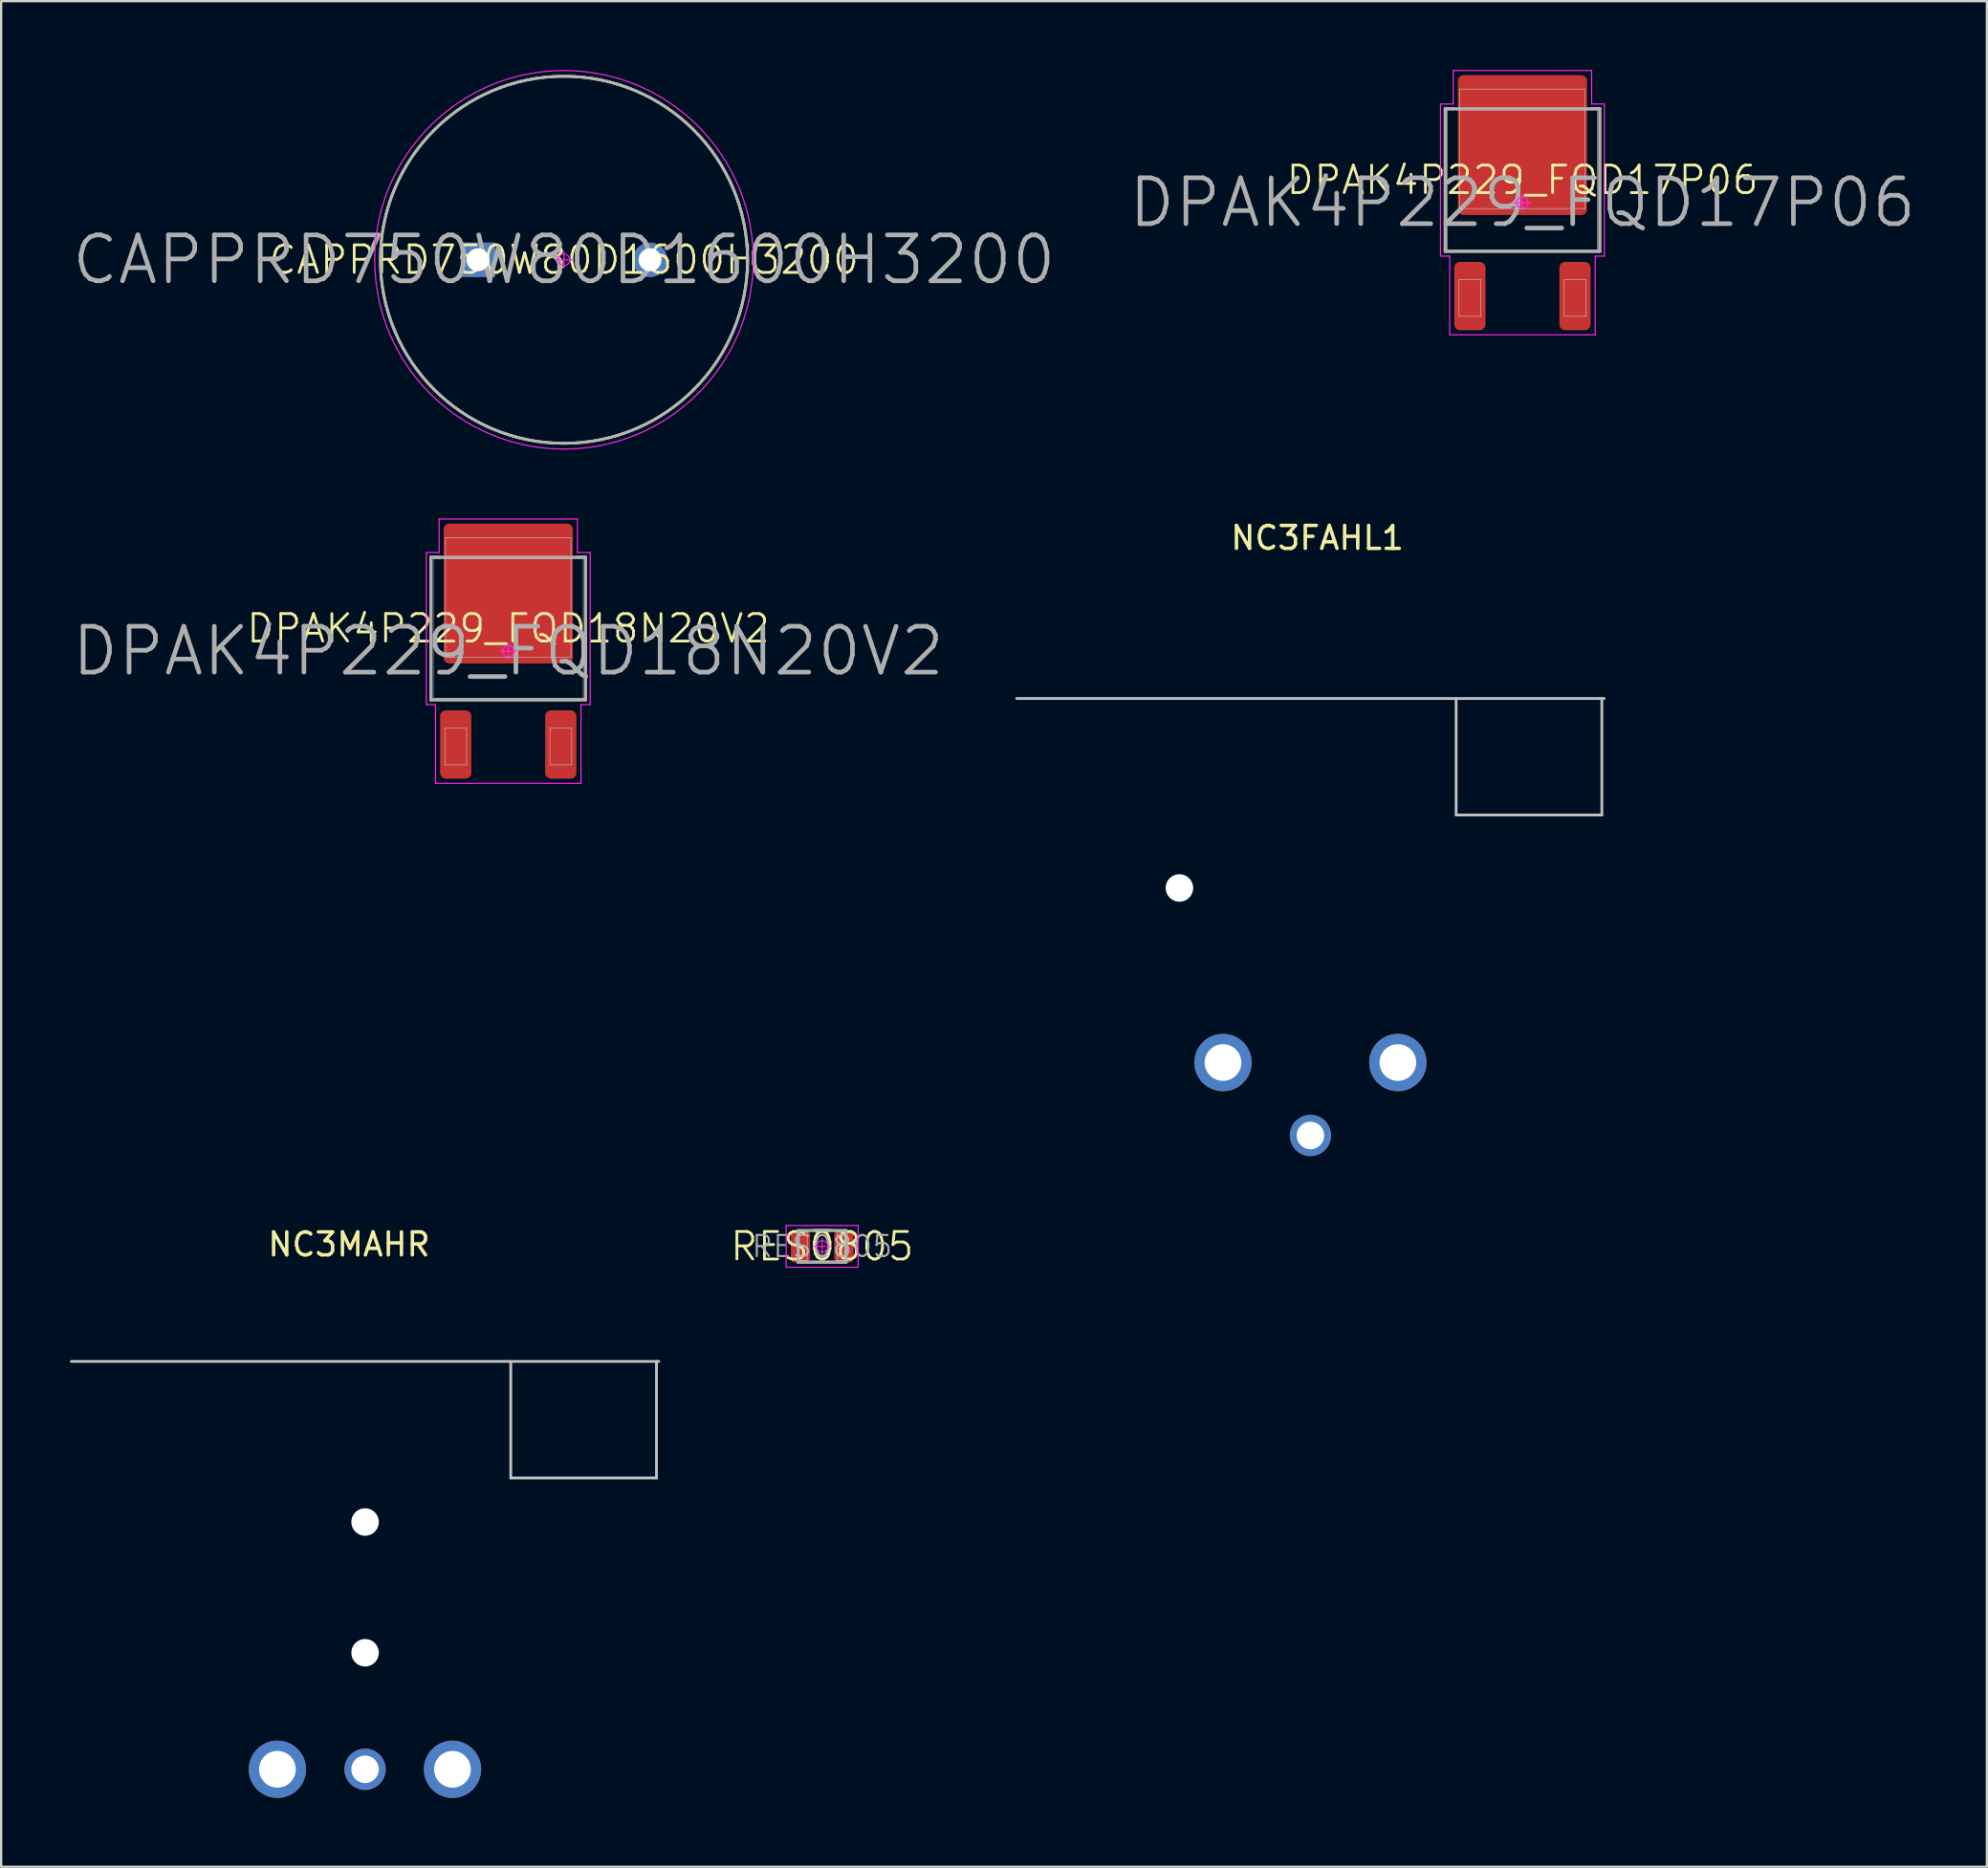
<source format=kicad_pcb>
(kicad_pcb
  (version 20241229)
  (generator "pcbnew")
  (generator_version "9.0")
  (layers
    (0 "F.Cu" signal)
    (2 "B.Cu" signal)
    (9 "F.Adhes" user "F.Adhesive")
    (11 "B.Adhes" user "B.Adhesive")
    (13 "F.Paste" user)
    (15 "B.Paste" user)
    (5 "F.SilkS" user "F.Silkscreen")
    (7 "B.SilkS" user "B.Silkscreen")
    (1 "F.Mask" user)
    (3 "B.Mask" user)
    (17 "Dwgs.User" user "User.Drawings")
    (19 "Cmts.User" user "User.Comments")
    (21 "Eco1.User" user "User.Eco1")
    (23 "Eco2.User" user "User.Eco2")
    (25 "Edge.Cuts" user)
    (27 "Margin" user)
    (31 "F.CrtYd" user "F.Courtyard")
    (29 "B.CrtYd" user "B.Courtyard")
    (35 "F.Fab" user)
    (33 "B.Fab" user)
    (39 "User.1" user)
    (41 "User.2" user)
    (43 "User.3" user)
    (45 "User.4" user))
  (footprint "CAPPRD750W80D1600H3200"
    (layer "F.Cu")
    (at 21.529 8.275)
    (property "Reference" "CAPPRD750W80D1600H3200" (at 0 0 0) (layer "F.SilkS") (effects (font (size 1.2 1.2) (thickness 0.12))))
    (attr through_hole)
    (fp_circle (center 0 0) (end 0 8) (stroke (width 0.12) (type solid)) (fill no) (layer "F.SilkS"))
    (fp_circle (center -3.75 0) (end -3.75 0.4) (stroke (width 0.025) (type solid)) (fill no) (layer "Dwgs.User"))
    (fp_circle (center 0 0) (end 0 8) (stroke (width 0.025) (type solid)) (fill no) (layer "Dwgs.User"))
    (fp_circle (center 3.75 0) (end 3.75 0.4) (stroke (width 0.025) (type solid)) (fill no) (layer "Dwgs.User"))
    (fp_line (start 0 -0.35) (end 0 0.35) (stroke (width 0.05) (type solid)) (layer "F.CrtYd"))
    (fp_line (start 0.35 0) (end -0.35 0) (stroke (width 0.05) (type solid)) (layer "F.CrtYd"))
    (fp_circle (center 0 0) (end 0 0.25) (stroke (width 0.05) (type solid)) (fill no) (layer "F.CrtYd"))
    (fp_circle (center 0 0) (end 0 8.25) (stroke (width 0.05) (type solid)) (fill no) (layer "F.CrtYd"))
    (fp_circle (center 0 0) (end 0 8) (stroke (width 0.12) (type solid)) (fill no) (layer "F.Fab"))
    (fp_text user "${REFERENCE}" (at 0 0 0) (layer "F.Fab") (effects (font (size 2 2) (thickness 0.2))))
    (pad "1" thru_hole rect (at -3.75 0) (size 1.5 1.5) (drill 1) (layers "*.Cu" "*.Mask"))
    (pad "2" thru_hole circle (at 3.75 0) (size 1.5 1.5) (drill 1) (layers "*.Cu" "*.Mask")))
  (footprint "NC3MAHR"
    (layer "F.Cu")
    (at 12.86 56.297)
    (property "Reference" "NC3MAHR" (at -0.7 -5.1 0) (layer "F.SilkS") (effects (font (size 1 1) (thickness 0.15))))
    (attr through_hole)
    (fp_line (start -12.8 0) (end 12.8 0) (stroke (width 0.12) (type solid)) (layer "Dwgs.User"))
    (fp_line (start 6.35 0) (end 6.35 5.08) (stroke (width 0.12) (type solid)) (layer "Dwgs.User"))
    (fp_line (start 6.35 5.08) (end 12.7 5.08) (stroke (width 0.12) (type solid)) (layer "Dwgs.User"))
    (fp_line (start 12.7 5.08) (end 12.7 0) (stroke (width 0.12) (type solid)) (layer "Dwgs.User"))
    (pad "" np_thru_hole circle (at 0 7) (size 1.2 1.2) (drill 1.2) (layers "*.Cu" "*.Mask"))
    (pad "" np_thru_hole circle (at 0 12.7) (size 1.2 1.2) (drill 1.2) (layers "*.Cu" "*.Mask"))
    (pad "1" thru_hole circle (at -3.82 17.78) (size 2.5 2.5) (drill 1.6) (layers "*.Cu" "*.Mask"))
    (pad "2" thru_hole circle (at 0 17.78) (size 1.8 1.8) (drill 1.2) (layers "*.Cu" "*.Mask"))
    (pad "3" thru_hole circle (at 3.81 17.78) (size 2.5 2.5) (drill 1.6) (layers "*.Cu" "*.Mask")))
  (footprint "DPAK4P229_FQD18N20V2"
    (layer "F.Cu")
    (at 19.1 25.335)
    (property "Reference" "DPAK4P229_FQD18N20V2" (at 0 -0.988 0) (layer "F.SilkS") (effects (font (size 1.2 1.2) (thickness 0.12))))
    (attr smd)
    (fp_line (start -3.37 -4.098) (end -2.995 -4.098) (stroke (width 0.12) (type solid)) (layer "F.SilkS"))
    (fp_line (start -3.37 2.123) (end -3.37 -4.098) (stroke (width 0.12) (type solid)) (layer "F.SilkS"))
    (fp_line (start 2.995 -4.098) (end 3.37 -4.098) (stroke (width 0.12) (type solid)) (layer "F.SilkS"))
    (fp_line (start 3.37 -4.098) (end 3.37 2.123) (stroke (width 0.12) (type solid)) (layer "F.SilkS"))
    (fp_line (start 3.37 2.123) (end -3.37 2.123) (stroke (width 0.12) (type solid)) (layer "F.SilkS"))
    (fp_line (start -3.27 -4.035) (end 3.27 -4.035) (stroke (width 0.025) (type solid)) (layer "Dwgs.User"))
    (fp_line (start -3.27 2.06) (end -3.27 -4.035) (stroke (width 0.025) (type solid)) (layer "Dwgs.User"))
    (fp_line (start -2.765 3.362) (end -1.815 3.362) (stroke (width 0.025) (type solid)) (layer "Dwgs.User"))
    (fp_line (start -2.765 4.952) (end -2.765 3.362) (stroke (width 0.025) (type solid)) (layer "Dwgs.User"))
    (fp_line (start -2.73 -4.952) (end 2.73 -4.952) (stroke (width 0.025) (type solid)) (layer "Dwgs.User"))
    (fp_line (start -2.73 0.258) (end -2.73 -4.952) (stroke (width 0.025) (type solid)) (layer "Dwgs.User"))
    (fp_line (start -1.815 3.362) (end -1.815 4.952) (stroke (width 0.025) (type solid)) (layer "Dwgs.User"))
    (fp_line (start -1.815 4.952) (end -2.765 4.952) (stroke (width 0.025) (type solid)) (layer "Dwgs.User"))
    (fp_line (start 1.815 3.362) (end 2.765 3.362) (stroke (width 0.025) (type solid)) (layer "Dwgs.User"))
    (fp_line (start 1.815 4.952) (end 1.815 3.362) (stroke (width 0.025) (type solid)) (layer "Dwgs.User"))
    (fp_line (start 2.73 -4.952) (end 2.73 0.258) (stroke (width 0.025) (type solid)) (layer "Dwgs.User"))
    (fp_line (start 2.73 0.258) (end -2.73 0.258) (stroke (width 0.025) (type solid)) (layer "Dwgs.User"))
    (fp_line (start 2.765 3.362) (end 2.765 4.952) (stroke (width 0.025) (type solid)) (layer "Dwgs.User"))
    (fp_line (start 2.765 4.952) (end 1.815 4.952) (stroke (width 0.025) (type solid)) (layer "Dwgs.User"))
    (fp_line (start 3.27 -4.035) (end 3.27 2.06) (stroke (width 0.025) (type solid)) (layer "Dwgs.User"))
    (fp_line (start 3.27 2.06) (end -3.27 2.06) (stroke (width 0.025) (type solid)) (layer "Dwgs.User"))
    (fp_line (start -3.57 -4.3) (end -3.57 2.33) (stroke (width 0.05) (type solid)) (layer "F.CrtYd"))
    (fp_line (start -3.57 2.33) (end -3.17 2.33) (stroke (width 0.05) (type solid)) (layer "F.CrtYd"))
    (fp_line (start -3.17 2.33) (end -3.17 5.76) (stroke (width 0.05) (type solid)) (layer "F.CrtYd"))
    (fp_line (start -3.17 5.76) (end 3.17 5.76) (stroke (width 0.05) (type solid)) (layer "F.CrtYd"))
    (fp_line (start -3.015 -5.76) (end -3.015 -4.3) (stroke (width 0.05) (type solid)) (layer "F.CrtYd"))
    (fp_line (start -3.015 -4.3) (end -3.57 -4.3) (stroke (width 0.05) (type solid)) (layer "F.CrtYd"))
    (fp_line (start -0.35 0) (end 0.35 0) (stroke (width 0.05) (type solid)) (layer "F.CrtYd"))
    (fp_line (start 0 -0.35) (end 0 0.35) (stroke (width 0.05) (type solid)) (layer "F.CrtYd"))
    (fp_line (start 3.015 -5.76) (end -3.015 -5.76) (stroke (width 0.05) (type solid)) (layer "F.CrtYd"))
    (fp_line (start 3.015 -4.3) (end 3.015 -5.76) (stroke (width 0.05) (type solid)) (layer "F.CrtYd"))
    (fp_line (start 3.17 2.33) (end 3.57 2.33) (stroke (width 0.05) (type solid)) (layer "F.CrtYd"))
    (fp_line (start 3.17 5.76) (end 3.17 2.33) (stroke (width 0.05) (type solid)) (layer "F.CrtYd"))
    (fp_line (start 3.57 -4.3) (end 3.015 -4.3) (stroke (width 0.05) (type solid)) (layer "F.CrtYd"))
    (fp_line (start 3.57 2.33) (end 3.57 -4.3) (stroke (width 0.05) (type solid)) (layer "F.CrtYd"))
    (fp_circle (center 0 0) (end 0 0.25) (stroke (width 0.05) (type solid)) (fill no) (layer "F.CrtYd"))
    (fp_line (start -3.37 -4.098) (end 3.37 -4.098) (stroke (width 0.12) (type solid)) (layer "F.Fab"))
    (fp_line (start -3.37 2.123) (end -3.37 -4.098) (stroke (width 0.12) (type solid)) (layer "F.Fab"))
    (fp_line (start 3.37 -4.098) (end 3.37 2.123) (stroke (width 0.12) (type solid)) (layer "F.Fab"))
    (fp_line (start 3.37 2.123) (end -3.37 2.123) (stroke (width 0.12) (type solid)) (layer "F.Fab"))
    (fp_text user "${REFERENCE}" (at 0 0 0) (layer "F.Fab") (effects (font (size 2 2) (thickness 0.2))))
    (pad "" smd rect (at -1.405 -4.55 90) (size 1.44 1.92) (layers "F.Paste"))
    (pad "" smd rect (at -1.405 -2.51 90) (size 1.44 1.92) (layers "F.Paste"))
    (pad "" smd rect (at -1.405 -0.47 90) (size 1.44 1.92) (layers "F.Paste"))
    (pad "" smd rect (at 1.405 -4.55 90) (size 1.44 1.92) (layers "F.Paste"))
    (pad "" smd rect (at 1.405 -2.51 90) (size 1.44 1.92) (layers "F.Paste"))
    (pad "" smd rect (at 1.405 -0.47 90) (size 1.44 1.92) (layers "F.Paste"))
    (pad "1" smd roundrect (at -2.29 4.07 90) (size 2.98 1.36) (layers "F.Cu" "F.Mask" "F.Paste") (roundrect_rratio 0.184))
    (pad "2" smd roundrect (at 2.29 4.07 90) (size 2.98 1.36) (layers "F.Cu" "F.Mask" "F.Paste") (roundrect_rratio 0.184))
    (pad "3" smd roundrect (at 0 -2.51 90) (size 6.1 5.63) (layers "F.Cu" "F.Mask") (roundrect_rratio 0.044)))
  (footprint "RES0805"
    (layer "F.Cu")
    (at 32.78 51.283)
    (property "Reference" "RES0805" (at 0 0 0) (layer "F.SilkS") (effects (font (size 1.2 1.2) (thickness 0.12))))
    (attr smd)
    (fp_line (start -0.345 -0.7) (end 0.345 -0.7) (stroke (width 0.12) (type solid)) (layer "F.SilkS"))
    (fp_line (start -0.345 0.7) (end 0.345 0.7) (stroke (width 0.12) (type solid)) (layer "F.SilkS"))
    (fp_line (start -1 -0.625) (end -0.65 -0.625) (stroke (width 0.025) (type solid)) (layer "Dwgs.User"))
    (fp_line (start -1 -0.625) (end 1 -0.625) (stroke (width 0.025) (type solid)) (layer "Dwgs.User"))
    (fp_line (start -1 0.625) (end -1 -0.625) (stroke (width 0.025) (type solid)) (layer "Dwgs.User"))
    (fp_line (start -1 0.625) (end -1 -0.625) (stroke (width 0.025) (type solid)) (layer "Dwgs.User"))
    (fp_line (start -0.65 -0.625) (end -0.65 0.625) (stroke (width 0.025) (type solid)) (layer "Dwgs.User"))
    (fp_line (start -0.65 0.625) (end -1 0.625) (stroke (width 0.025) (type solid)) (layer "Dwgs.User"))
    (fp_line (start 0.65 -0.625) (end 1 -0.625) (stroke (width 0.025) (type solid)) (layer "Dwgs.User"))
    (fp_line (start 0.65 0.625) (end 0.65 -0.625) (stroke (width 0.025) (type solid)) (layer "Dwgs.User"))
    (fp_line (start 1 -0.625) (end 1 0.625) (stroke (width 0.025) (type solid)) (layer "Dwgs.User"))
    (fp_line (start 1 -0.625) (end 1 0.625) (stroke (width 0.025) (type solid)) (layer "Dwgs.User"))
    (fp_line (start 1 0.625) (end -1 0.625) (stroke (width 0.025) (type solid)) (layer "Dwgs.User"))
    (fp_line (start 1 0.625) (end 0.65 0.625) (stroke (width 0.025) (type solid)) (layer "Dwgs.User"))
    (fp_line (start -1.57 -0.91) (end 1.57 -0.91) (stroke (width 0.05) (type solid)) (layer "F.CrtYd"))
    (fp_line (start -1.57 0.91) (end -1.57 -0.91) (stroke (width 0.05) (type solid)) (layer "F.CrtYd"))
    (fp_line (start 0 -0.35) (end 0 0.35) (stroke (width 0.05) (type solid)) (layer "F.CrtYd"))
    (fp_line (start 0.35 0) (end -0.35 0) (stroke (width 0.05) (type solid)) (layer "F.CrtYd"))
    (fp_line (start 1.57 -0.91) (end 1.57 0.91) (stroke (width 0.05) (type solid)) (layer "F.CrtYd"))
    (fp_line (start 1.57 0.91) (end -1.57 0.91) (stroke (width 0.05) (type solid)) (layer "F.CrtYd"))
    (fp_circle (center 0 0) (end 0 0.25) (stroke (width 0.05) (type solid)) (fill no) (layer "F.CrtYd"))
    (fp_line (start -1.05 -0.7) (end 1.05 -0.7) (stroke (width 0.12) (type solid)) (layer "F.Fab"))
    (fp_line (start -1.05 0.7) (end -1.05 -0.7) (stroke (width 0.12) (type solid)) (layer "F.Fab"))
    (fp_line (start 1.05 -0.7) (end 1.05 0.7) (stroke (width 0.12) (type solid)) (layer "F.Fab"))
    (fp_line (start 1.05 0.7) (end -1.05 0.7) (stroke (width 0.12) (type solid)) (layer "F.Fab"))
    (fp_text user "${REFERENCE}" (at 0 0 0) (layer "F.Fab") (effects (font (size 0.92 0.92) (thickness 0.09))))
    (pad "1" smd roundrect (at -0.945 0) (size 0.84 1.42) (layers "F.Cu" "F.Mask" "F.Paste") (roundrect_rratio 0.25))
    (pad "2" smd roundrect (at 0.945 0) (size 0.84 1.42) (layers "F.Cu" "F.Mask" "F.Paste") (roundrect_rratio 0.25)))
  (footprint "DPAK4P229_FQD17P06"
    (layer "F.Cu")
    (at 63.3 5.785)
    (property "Reference" "DPAK4P229_FQD17P06" (at 0 -0.988 0) (layer "F.SilkS") (effects (font (size 1.2 1.2) (thickness 0.12))))
    (attr smd)
    (fp_line (start -3.37 -4.098) (end -2.995 -4.098) (stroke (width 0.12) (type solid)) (layer "F.SilkS"))
    (fp_line (start -3.37 2.123) (end -3.37 -4.098) (stroke (width 0.12) (type solid)) (layer "F.SilkS"))
    (fp_line (start 2.995 -4.098) (end 3.37 -4.098) (stroke (width 0.12) (type solid)) (layer "F.SilkS"))
    (fp_line (start 3.37 -4.098) (end 3.37 2.123) (stroke (width 0.12) (type solid)) (layer "F.SilkS"))
    (fp_line (start 3.37 2.123) (end -3.37 2.123) (stroke (width 0.12) (type solid)) (layer "F.SilkS"))
    (fp_line (start -3.27 -4.035) (end 3.27 -4.035) (stroke (width 0.025) (type solid)) (layer "Dwgs.User"))
    (fp_line (start -3.27 2.06) (end -3.27 -4.035) (stroke (width 0.025) (type solid)) (layer "Dwgs.User"))
    (fp_line (start -2.765 3.362) (end -1.815 3.362) (stroke (width 0.025) (type solid)) (layer "Dwgs.User"))
    (fp_line (start -2.765 4.952) (end -2.765 3.362) (stroke (width 0.025) (type solid)) (layer "Dwgs.User"))
    (fp_line (start -2.73 -4.952) (end 2.73 -4.952) (stroke (width 0.025) (type solid)) (layer "Dwgs.User"))
    (fp_line (start -2.73 0.258) (end -2.73 -4.952) (stroke (width 0.025) (type solid)) (layer "Dwgs.User"))
    (fp_line (start -1.815 3.362) (end -1.815 4.952) (stroke (width 0.025) (type solid)) (layer "Dwgs.User"))
    (fp_line (start -1.815 4.952) (end -2.765 4.952) (stroke (width 0.025) (type solid)) (layer "Dwgs.User"))
    (fp_line (start 1.815 3.362) (end 2.765 3.362) (stroke (width 0.025) (type solid)) (layer "Dwgs.User"))
    (fp_line (start 1.815 4.952) (end 1.815 3.362) (stroke (width 0.025) (type solid)) (layer "Dwgs.User"))
    (fp_line (start 2.73 -4.952) (end 2.73 0.258) (stroke (width 0.025) (type solid)) (layer "Dwgs.User"))
    (fp_line (start 2.73 0.258) (end -2.73 0.258) (stroke (width 0.025) (type solid)) (layer "Dwgs.User"))
    (fp_line (start 2.765 3.362) (end 2.765 4.952) (stroke (width 0.025) (type solid)) (layer "Dwgs.User"))
    (fp_line (start 2.765 4.952) (end 1.815 4.952) (stroke (width 0.025) (type solid)) (layer "Dwgs.User"))
    (fp_line (start 3.27 -4.035) (end 3.27 2.06) (stroke (width 0.025) (type solid)) (layer "Dwgs.User"))
    (fp_line (start 3.27 2.06) (end -3.27 2.06) (stroke (width 0.025) (type solid)) (layer "Dwgs.User"))
    (fp_line (start -3.57 -4.3) (end -3.57 2.33) (stroke (width 0.05) (type solid)) (layer "F.CrtYd"))
    (fp_line (start -3.57 2.33) (end -3.17 2.33) (stroke (width 0.05) (type solid)) (layer "F.CrtYd"))
    (fp_line (start -3.17 2.33) (end -3.17 5.76) (stroke (width 0.05) (type solid)) (layer "F.CrtYd"))
    (fp_line (start -3.17 5.76) (end 3.17 5.76) (stroke (width 0.05) (type solid)) (layer "F.CrtYd"))
    (fp_line (start -3.015 -5.76) (end -3.015 -4.3) (stroke (width 0.05) (type solid)) (layer "F.CrtYd"))
    (fp_line (start -3.015 -4.3) (end -3.57 -4.3) (stroke (width 0.05) (type solid)) (layer "F.CrtYd"))
    (fp_line (start -0.35 0) (end 0.35 0) (stroke (width 0.05) (type solid)) (layer "F.CrtYd"))
    (fp_line (start 0 -0.35) (end 0 0.35) (stroke (width 0.05) (type solid)) (layer "F.CrtYd"))
    (fp_line (start 3.015 -5.76) (end -3.015 -5.76) (stroke (width 0.05) (type solid)) (layer "F.CrtYd"))
    (fp_line (start 3.015 -4.3) (end 3.015 -5.76) (stroke (width 0.05) (type solid)) (layer "F.CrtYd"))
    (fp_line (start 3.17 2.33) (end 3.57 2.33) (stroke (width 0.05) (type solid)) (layer "F.CrtYd"))
    (fp_line (start 3.17 5.76) (end 3.17 2.33) (stroke (width 0.05) (type solid)) (layer "F.CrtYd"))
    (fp_line (start 3.57 -4.3) (end 3.015 -4.3) (stroke (width 0.05) (type solid)) (layer "F.CrtYd"))
    (fp_line (start 3.57 2.33) (end 3.57 -4.3) (stroke (width 0.05) (type solid)) (layer "F.CrtYd"))
    (fp_circle (center 0 0) (end 0 0.25) (stroke (width 0.05) (type solid)) (fill no) (layer "F.CrtYd"))
    (fp_line (start -3.37 -4.098) (end 3.37 -4.098) (stroke (width 0.12) (type solid)) (layer "F.Fab"))
    (fp_line (start -3.37 2.123) (end -3.37 -4.098) (stroke (width 0.12) (type solid)) (layer "F.Fab"))
    (fp_line (start 3.37 -4.098) (end 3.37 2.123) (stroke (width 0.12) (type solid)) (layer "F.Fab"))
    (fp_line (start 3.37 2.123) (end -3.37 2.123) (stroke (width 0.12) (type solid)) (layer "F.Fab"))
    (fp_text user "${REFERENCE}" (at 0 0 0) (layer "F.Fab") (effects (font (size 2 2) (thickness 0.2))))
    (pad "" smd rect (at -1.405 -4.55 90) (size 1.44 1.92) (layers "F.Paste"))
    (pad "" smd rect (at -1.405 -2.51 90) (size 1.44 1.92) (layers "F.Paste"))
    (pad "" smd rect (at -1.405 -0.47 90) (size 1.44 1.92) (layers "F.Paste"))
    (pad "" smd rect (at 1.405 -4.55 90) (size 1.44 1.92) (layers "F.Paste"))
    (pad "" smd rect (at 1.405 -2.51 90) (size 1.44 1.92) (layers "F.Paste"))
    (pad "" smd rect (at 1.405 -0.47 90) (size 1.44 1.92) (layers "F.Paste"))
    (pad "1" smd roundrect (at -2.29 4.07 90) (size 2.98 1.36) (layers "F.Cu" "F.Mask" "F.Paste") (roundrect_rratio 0.184))
    (pad "3" smd roundrect (at 2.29 4.07 90) (size 2.98 1.36) (layers "F.Cu" "F.Mask" "F.Paste") (roundrect_rratio 0.184))
    (pad "4" smd roundrect (at 0 -2.51 90) (size 6.1 5.63) (layers "F.Cu" "F.Mask") (roundrect_rratio 0.044)))
  (footprint "NC3FAHL1"
    (layer "F.Cu")
    (at 54.06 27.398)
    (property "Reference" "NC3FAHL1" (at 0.3 -7 0) (layer "F.SilkS") (effects (font (size 1 1) (thickness 0.15))))
    (attr through_hole)
    (fp_line (start -12.8 0) (end 12.8 0) (stroke (width 0.12) (type solid)) (layer "Dwgs.User"))
    (fp_line (start 6.35 0) (end 6.35 5.08) (stroke (width 0.12) (type solid)) (layer "Dwgs.User"))
    (fp_line (start 6.35 5.08) (end 12.7 5.08) (stroke (width 0.12) (type solid)) (layer "Dwgs.User"))
    (fp_line (start 12.7 5.08) (end 12.7 0) (stroke (width 0.12) (type solid)) (layer "Dwgs.User"))
    (pad "" np_thru_hole circle (at -5.71 8.26) (size 1.2 1.2) (drill 1.2) (layers "*.Cu" "*.Mask"))
    (pad "1" thru_hole circle (at 3.81 15.87) (size 2.5 2.5) (drill 1.6) (layers "*.Cu" "*.Mask"))
    (pad "2" thru_hole circle (at 0 19.05) (size 1.8 1.8) (drill 1.2) (layers "*.Cu" "*.Mask"))
    (pad "3" thru_hole circle (at -3.81 15.87) (size 2.5 2.5) (drill 1.6) (layers "*.Cu" "*.Mask")))
  (gr_rect
    (start -3 -3)
    (end 83.543 78.326)
    (stroke (width 0.1) (type default))
    (fill no)
    (layer "Edge.Cuts")))
</source>
